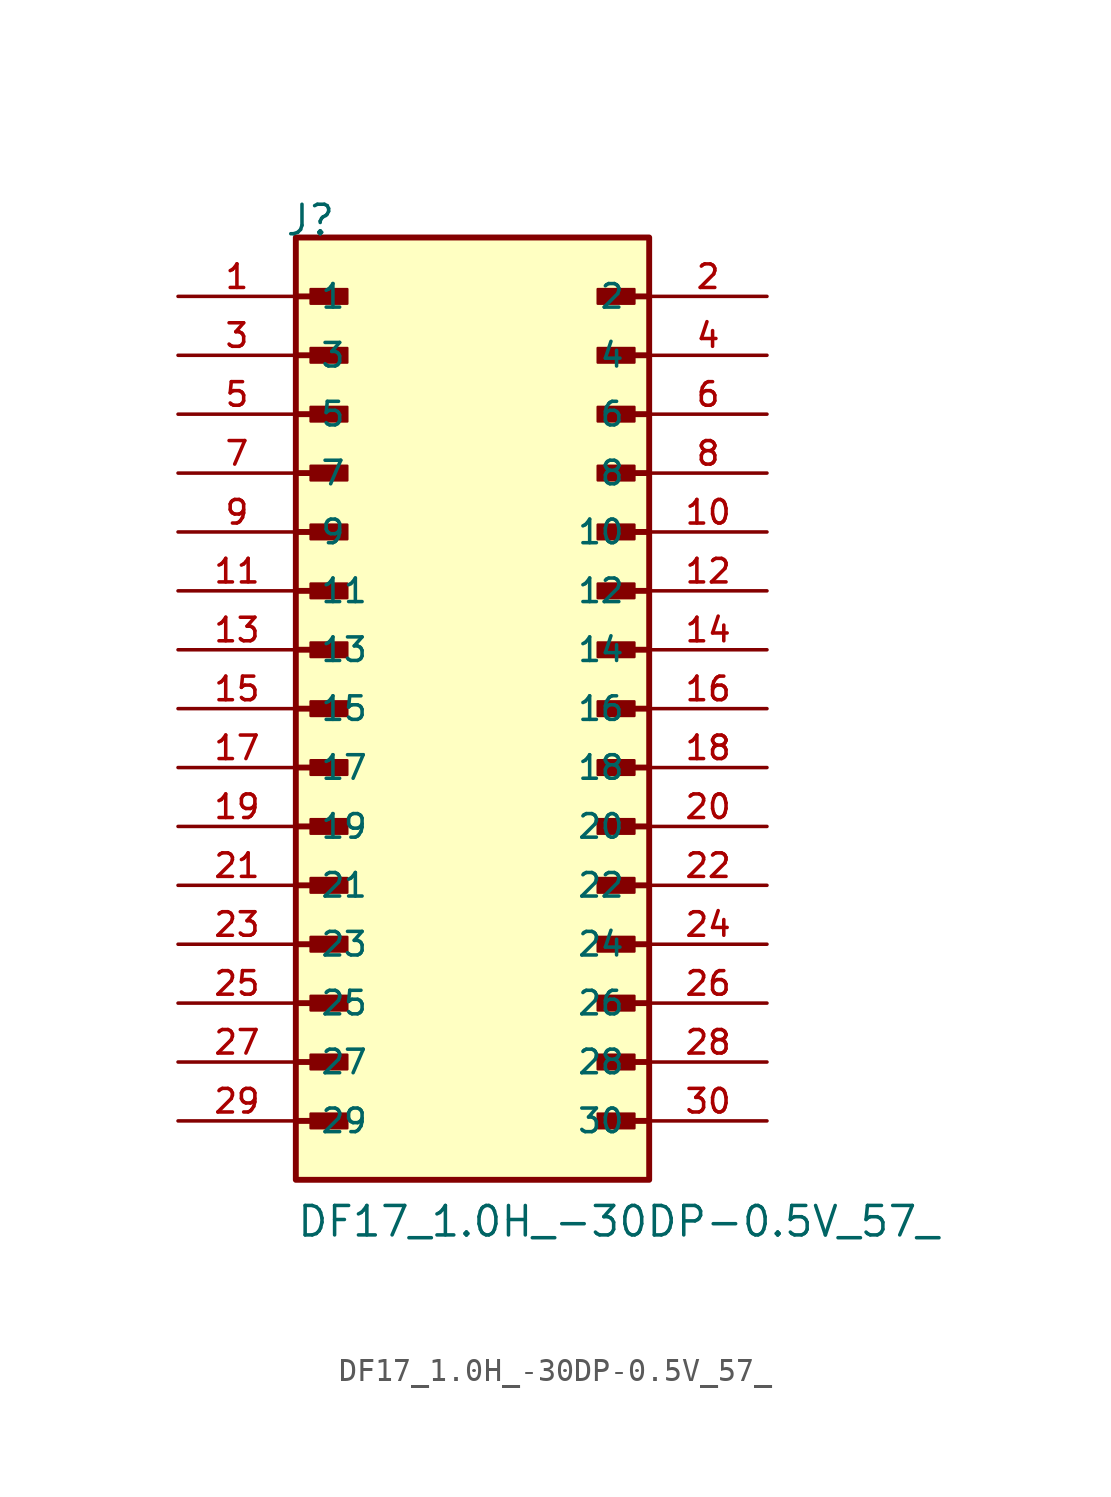
<source format=kicad_sym>
(kicad_symbol_lib
  (version 20211014)
  (generator kicad_symbol_editor)
  (symbol "DF17_1.0H_-30DP-0.5V_57_"
    (pin_names
      (offset 1.016))
    (property "Reference" "J"
      (at -8.12 20.32 0)
      (effects (font (size 1.27 1.27)) (justify bottom left)))
    (property "Value" "DF17_1.0H_-30DP-0.5V_57_"
      (at -7.62 -22.86 0)
      (effects (font (size 1.27 1.27)) (justify bottom left)))
    (symbol "DF17_1.0H_-30DP-0.5V_57__0_0"
      (polyline (pts (xy -7.62 17.78) (xy -5.715 17.78)) (stroke (width 0.254)))
      (rectangle (start -6.985 17.462) (end -5.397 18.098) (stroke (width 0.1)) (fill (type outline)))
      (polyline (pts (xy 7.62 17.78) (xy 5.715 17.78)) (stroke (width 0.254)))
      (rectangle (start 6.985 17.462) (end 5.397 18.098) (stroke (width 0.1)) (fill (type outline)))
      (polyline (pts (xy -7.62 15.24) (xy -5.715 15.24)) (stroke (width 0.254)))
      (rectangle (start -6.985 14.922) (end -5.397 15.557) (stroke (width 0.1)) (fill (type outline)))
      (polyline (pts (xy 7.62 15.24) (xy 5.715 15.24)) (stroke (width 0.254)))
      (rectangle (start 6.985 14.922) (end 5.397 15.557) (stroke (width 0.1)) (fill (type outline)))
      (polyline (pts (xy -7.62 12.7) (xy -5.715 12.7)) (stroke (width 0.254)))
      (rectangle (start -6.985 12.383) (end -5.397 13.018) (stroke (width 0.1)) (fill (type outline)))
      (polyline (pts (xy 7.62 12.7) (xy 5.715 12.7)) (stroke (width 0.254)))
      (rectangle (start 6.985 12.383) (end 5.397 13.018) (stroke (width 0.1)) (fill (type outline)))
      (polyline (pts (xy -7.62 10.16) (xy -5.715 10.16)) (stroke (width 0.254)))
      (rectangle (start -6.985 9.842) (end -5.397 10.477) (stroke (width 0.1)) (fill (type outline)))
      (polyline (pts (xy 7.62 10.16) (xy 5.715 10.16)) (stroke (width 0.254)))
      (rectangle (start 6.985 9.842) (end 5.397 10.477) (stroke (width 0.1)) (fill (type outline)))
      (polyline (pts (xy -7.62 7.62) (xy -5.715 7.62)) (stroke (width 0.254)))
      (rectangle (start -6.985 7.303) (end -5.397 7.938) (stroke (width 0.1)) (fill (type outline)))
      (polyline (pts (xy 7.62 7.62) (xy 5.715 7.62)) (stroke (width 0.254)))
      (rectangle (start 6.985 7.303) (end 5.397 7.938) (stroke (width 0.1)) (fill (type outline)))
      (polyline (pts (xy -7.62 5.08) (xy -5.715 5.08)) (stroke (width 0.254)))
      (rectangle (start -6.985 4.763) (end -5.397 5.397) (stroke (width 0.1)) (fill (type outline)))
      (polyline (pts (xy 7.62 5.08) (xy 5.715 5.08)) (stroke (width 0.254)))
      (rectangle (start 6.985 4.763) (end 5.397 5.397) (stroke (width 0.1)) (fill (type outline)))
      (polyline (pts (xy -7.62 2.54) (xy -5.715 2.54)) (stroke (width 0.254)))
      (rectangle (start -6.985 2.223) (end -5.397 2.857) (stroke (width 0.1)) (fill (type outline)))
      (polyline (pts (xy 7.62 2.54) (xy 5.715 2.54)) (stroke (width 0.254)))
      (rectangle (start 6.985 2.223) (end 5.397 2.857) (stroke (width 0.1)) (fill (type outline)))
      (polyline (pts (xy -7.62 0.0) (xy -5.715 0.0)) (stroke (width 0.254)))
      (rectangle (start -6.985 -0.318) (end -5.397 0.318) (stroke (width 0.1)) (fill (type outline)))
      (polyline (pts (xy 7.62 0.0) (xy 5.715 0.0)) (stroke (width 0.254)))
      (rectangle (start 6.985 -0.318) (end 5.397 0.318) (stroke (width 0.1)) (fill (type outline)))
      (polyline (pts (xy -7.62 -2.54) (xy -5.715 -2.54)) (stroke (width 0.254)))
      (rectangle (start -6.985 -2.857) (end -5.397 -2.223) (stroke (width 0.1)) (fill (type outline)))
      (polyline (pts (xy 7.62 -2.54) (xy 5.715 -2.54)) (stroke (width 0.254)))
      (rectangle (start 6.985 -2.857) (end 5.397 -2.223) (stroke (width 0.1)) (fill (type outline)))
      (polyline (pts (xy -7.62 -5.08) (xy -5.715 -5.08)) (stroke (width 0.254)))
      (rectangle (start -6.985 -5.397) (end -5.397 -4.763) (stroke (width 0.1)) (fill (type outline)))
      (polyline (pts (xy 7.62 -5.08) (xy 5.715 -5.08)) (stroke (width 0.254)))
      (rectangle (start 6.985 -5.397) (end 5.397 -4.763) (stroke (width 0.1)) (fill (type outline)))
      (polyline (pts (xy -7.62 -7.62) (xy -5.715 -7.62)) (stroke (width 0.254)))
      (rectangle (start -6.985 -7.938) (end -5.397 -7.303) (stroke (width 0.1)) (fill (type outline)))
      (polyline (pts (xy 7.62 -7.62) (xy 5.715 -7.62)) (stroke (width 0.254)))
      (rectangle (start 6.985 -7.938) (end 5.397 -7.303) (stroke (width 0.1)) (fill (type outline)))
      (polyline (pts (xy -7.62 -10.16) (xy -5.715 -10.16)) (stroke (width 0.254)))
      (rectangle (start -6.985 -10.477) (end -5.397 -9.842) (stroke (width 0.1)) (fill (type outline)))
      (polyline (pts (xy 7.62 -10.16) (xy 5.715 -10.16)) (stroke (width 0.254)))
      (rectangle (start 6.985 -10.477) (end 5.397 -9.842) (stroke (width 0.1)) (fill (type outline)))
      (polyline (pts (xy -7.62 -12.7) (xy -5.715 -12.7)) (stroke (width 0.254)))
      (rectangle (start -6.985 -13.018) (end -5.397 -12.383) (stroke (width 0.1)) (fill (type outline)))
      (polyline (pts (xy 7.62 -12.7) (xy 5.715 -12.7)) (stroke (width 0.254)))
      (rectangle (start 6.985 -13.018) (end 5.397 -12.383) (stroke (width 0.1)) (fill (type outline)))
      (polyline (pts (xy -7.62 -15.24) (xy -5.715 -15.24)) (stroke (width 0.254)))
      (rectangle (start -6.985 -15.557) (end -5.397 -14.922) (stroke (width 0.1)) (fill (type outline)))
      (polyline (pts (xy 7.62 -15.24) (xy 5.715 -15.24)) (stroke (width 0.254)))
      (rectangle (start 6.985 -15.557) (end 5.397 -14.922) (stroke (width 0.1)) (fill (type outline)))
      (polyline (pts (xy -7.62 -17.78) (xy -5.715 -17.78)) (stroke (width 0.254)))
      (rectangle (start -6.985 -18.098) (end -5.397 -17.462) (stroke (width 0.1)) (fill (type outline)))
      (polyline (pts (xy 7.62 -17.78) (xy 5.715 -17.78)) (stroke (width 0.254)))
      (rectangle (start 6.985 -18.098) (end 5.397 -17.462) (stroke (width 0.1)) (fill (type outline)))
      (rectangle (start -7.62 -20.32) (end 7.62 20.32) (stroke (width 0.254)) (fill (type background)))
      (pin passive line (at -12.7 17.78 0) (length 5.08) (name "1" (effects (font (size 1.016 1.016)))) (number "1" (effects (font (size 1.016 1.016)))))
      (pin passive line (at 12.7 17.78 180.0) (length 5.08) (name "2" (effects (font (size 1.016 1.016)))) (number "2" (effects (font (size 1.016 1.016)))))
      (pin passive line (at -12.7 15.24 0) (length 5.08) (name "3" (effects (font (size 1.016 1.016)))) (number "3" (effects (font (size 1.016 1.016)))))
      (pin passive line (at 12.7 15.24 180.0) (length 5.08) (name "4" (effects (font (size 1.016 1.016)))) (number "4" (effects (font (size 1.016 1.016)))))
      (pin passive line (at -12.7 12.7 0) (length 5.08) (name "5" (effects (font (size 1.016 1.016)))) (number "5" (effects (font (size 1.016 1.016)))))
      (pin passive line (at 12.7 12.7 180.0) (length 5.08) (name "6" (effects (font (size 1.016 1.016)))) (number "6" (effects (font (size 1.016 1.016)))))
      (pin passive line (at -12.7 10.16 0) (length 5.08) (name "7" (effects (font (size 1.016 1.016)))) (number "7" (effects (font (size 1.016 1.016)))))
      (pin passive line (at 12.7 10.16 180.0) (length 5.08) (name "8" (effects (font (size 1.016 1.016)))) (number "8" (effects (font (size 1.016 1.016)))))
      (pin passive line (at -12.7 7.62 0) (length 5.08) (name "9" (effects (font (size 1.016 1.016)))) (number "9" (effects (font (size 1.016 1.016)))))
      (pin passive line (at 12.7 7.62 180.0) (length 5.08) (name "10" (effects (font (size 1.016 1.016)))) (number "10" (effects (font (size 1.016 1.016)))))
      (pin passive line (at -12.7 5.08 0) (length 5.08) (name "11" (effects (font (size 1.016 1.016)))) (number "11" (effects (font (size 1.016 1.016)))))
      (pin passive line (at 12.7 5.08 180.0) (length 5.08) (name "12" (effects (font (size 1.016 1.016)))) (number "12" (effects (font (size 1.016 1.016)))))
      (pin passive line (at -12.7 2.54 0) (length 5.08) (name "13" (effects (font (size 1.016 1.016)))) (number "13" (effects (font (size 1.016 1.016)))))
      (pin passive line (at 12.7 2.54 180.0) (length 5.08) (name "14" (effects (font (size 1.016 1.016)))) (number "14" (effects (font (size 1.016 1.016)))))
      (pin passive line (at -12.7 0.0 0) (length 5.08) (name "15" (effects (font (size 1.016 1.016)))) (number "15" (effects (font (size 1.016 1.016)))))
      (pin passive line (at 12.7 0.0 180.0) (length 5.08) (name "16" (effects (font (size 1.016 1.016)))) (number "16" (effects (font (size 1.016 1.016)))))
      (pin passive line (at -12.7 -2.54 0) (length 5.08) (name "17" (effects (font (size 1.016 1.016)))) (number "17" (effects (font (size 1.016 1.016)))))
      (pin passive line (at 12.7 -2.54 180.0) (length 5.08) (name "18" (effects (font (size 1.016 1.016)))) (number "18" (effects (font (size 1.016 1.016)))))
      (pin passive line (at -12.7 -5.08 0) (length 5.08) (name "19" (effects (font (size 1.016 1.016)))) (number "19" (effects (font (size 1.016 1.016)))))
      (pin passive line (at 12.7 -5.08 180.0) (length 5.08) (name "20" (effects (font (size 1.016 1.016)))) (number "20" (effects (font (size 1.016 1.016)))))
      (pin passive line (at -12.7 -7.62 0) (length 5.08) (name "21" (effects (font (size 1.016 1.016)))) (number "21" (effects (font (size 1.016 1.016)))))
      (pin passive line (at 12.7 -7.62 180.0) (length 5.08) (name "22" (effects (font (size 1.016 1.016)))) (number "22" (effects (font (size 1.016 1.016)))))
      (pin passive line (at -12.7 -10.16 0) (length 5.08) (name "23" (effects (font (size 1.016 1.016)))) (number "23" (effects (font (size 1.016 1.016)))))
      (pin passive line (at 12.7 -10.16 180.0) (length 5.08) (name "24" (effects (font (size 1.016 1.016)))) (number "24" (effects (font (size 1.016 1.016)))))
      (pin passive line (at -12.7 -12.7 0) (length 5.08) (name "25" (effects (font (size 1.016 1.016)))) (number "25" (effects (font (size 1.016 1.016)))))
      (pin passive line (at 12.7 -12.7 180.0) (length 5.08) (name "26" (effects (font (size 1.016 1.016)))) (number "26" (effects (font (size 1.016 1.016)))))
      (pin passive line (at -12.7 -15.24 0) (length 5.08) (name "27" (effects (font (size 1.016 1.016)))) (number "27" (effects (font (size 1.016 1.016)))))
      (pin passive line (at 12.7 -15.24 180.0) (length 5.08) (name "28" (effects (font (size 1.016 1.016)))) (number "28" (effects (font (size 1.016 1.016)))))
      (pin passive line (at -12.7 -17.78 0) (length 5.08) (name "29" (effects (font (size 1.016 1.016)))) (number "29" (effects (font (size 1.016 1.016)))))
      (pin passive line (at 12.7 -17.78 180.0) (length 5.08) (name "30" (effects (font (size 1.016 1.016)))) (number "30" (effects (font (size 1.016 1.016))))))))
</source>
